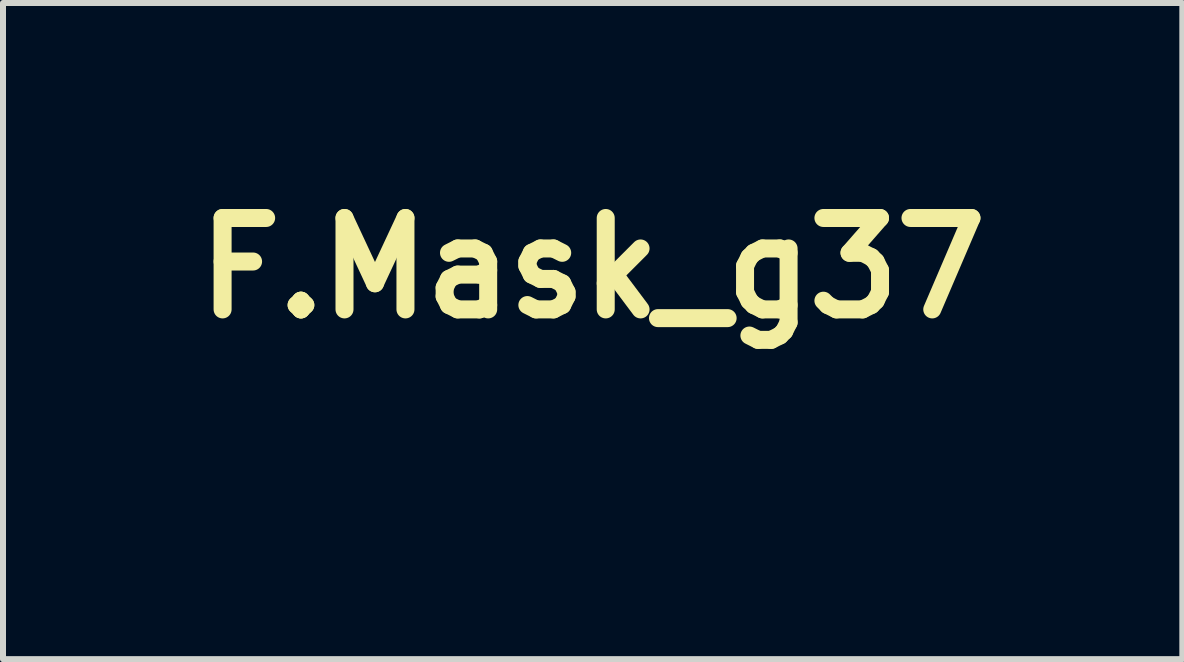
<source format=kicad_pcb>
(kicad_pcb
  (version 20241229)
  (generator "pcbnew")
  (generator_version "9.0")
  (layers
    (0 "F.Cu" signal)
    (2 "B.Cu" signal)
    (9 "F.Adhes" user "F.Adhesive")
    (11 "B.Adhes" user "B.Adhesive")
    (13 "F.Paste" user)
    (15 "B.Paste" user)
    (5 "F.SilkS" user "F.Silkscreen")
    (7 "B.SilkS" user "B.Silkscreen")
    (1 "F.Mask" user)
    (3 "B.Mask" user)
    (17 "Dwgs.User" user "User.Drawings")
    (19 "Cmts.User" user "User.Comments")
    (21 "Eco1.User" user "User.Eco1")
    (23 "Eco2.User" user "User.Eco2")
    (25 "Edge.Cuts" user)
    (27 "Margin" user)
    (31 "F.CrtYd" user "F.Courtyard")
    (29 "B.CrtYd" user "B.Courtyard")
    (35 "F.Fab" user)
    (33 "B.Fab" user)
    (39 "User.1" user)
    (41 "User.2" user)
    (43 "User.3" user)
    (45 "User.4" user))
  (footprint "F.Mask_g37"
    (layer "F.Cu")
    (at 6.829 1.418)
    (property "Reference" "F.Mask_g37" (at 0 0 0) (layer "F.SilkS") (effects (font (size 1.524 1.524) (thickness 0.3))))
    (attr through_hole)
    (fp_poly (pts (xy 0.998 2.836) (xy 0.584 2.836) (xy 0.408 2.834) (xy 0.269 2.829) (xy 0.186 2.822) (xy 0.169 2.816) (xy 0.184 2.768) (xy 0.22 2.67) (xy 0.237 2.626) (xy 0.306 2.455) (xy 1.139 2.455) (xy 0.998 2.836)) (stroke (width 0.01) (type solid)) (fill yes) (layer "F.Mask"))
    (fp_poly (pts (xy 4.412 1.708) (xy 4.477 1.766) (xy 4.495 1.799) (xy 4.513 1.929) (xy 4.462 2.058) (xy 4.357 2.171) (xy 4.214 2.252) (xy 4.046 2.286) (xy 4.033 2.286) (xy 3.896 2.286) (xy 3.982 2.068) (xy 4.053 1.894) (xy 4.107 1.784) (xy 4.156 1.724) (xy 4.215 1.699) (xy 4.294 1.693) (xy 4.299 1.693) (xy 4.412 1.708)) (stroke (width 0.01) (type solid)) (fill yes) (layer "F.Mask"))
    (fp_poly (pts (xy 0.692 0.002) (xy 0.759 0.015) (xy 0.78 0.049) (xy 0.774 0.114) (xy 0.773 0.116) (xy 0.754 0.233) (xy 0.854 0.114) (xy 0.927 0.04) (xy 1.006 0.008) (xy 1.126 0.006) (xy 1.154 0.008) (xy 1.354 0.021) (xy 1.058 0.367) (xy 0.936 0.517) (xy 0.844 0.644) (xy 0.791 0.735) (xy 0.784 0.77) (xy 0.784 0.866) (xy 0.707 0.941) (xy 0.559 0.99) (xy 0.429 1.007) (xy 0.294 1.013) (xy 0.2 1.009) (xy 0.169 0.997) (xy 0.193 0.95) (xy 0.255 0.862) (xy 0.293 0.812) (xy 0.382 0.661) (xy 0.439 0.486) (xy 0.46 0.311) (xy 0.443 0.163) (xy 0.401 0.083) (xy 0.362 0.036) (xy 0.366 0.011) (xy 0.427 0.002) (xy 0.558 0) (xy 0.559 0) (xy 0.692 0.002)) (stroke (width 0.01) (type solid)) (fill yes) (layer "F.Mask"))
    (fp_poly (pts (xy -0.093 -0.462) (xy 0.006 -0.454) (xy 0.042 -0.442) (xy 0.025 -0.392) (xy -0.016 -0.305) (xy -0.07 -0.186) (xy -0.103 -0.095) (xy -0.114 -0.034) (xy -0.083 -0.007) (xy 0.009 -0.000088) (xy 0.034 0) (xy 0.182 0.016) (xy 0.259 0.072) (xy 0.271 0.174) (xy 0.23 0.319) (xy 0.162 0.486) (xy 0.097 0.598) (xy 0.017 0.667) (xy -0.097 0.704) (xy -0.262 0.718) (xy -0.455 0.72) (xy -0.905 0.72) (xy -0.795 0.603) (xy -0.73 0.512) (xy -0.72 0.493) (xy -0.309 0.493) (xy -0.278 0.507) (xy -0.255 0.508) (xy -0.184 0.47) (xy -0.153 0.406) (xy -0.122 0.297) (xy -0.101 0.237) (xy -0.105 0.179) (xy -0.137 0.169) (xy -0.189 0.205) (xy -0.246 0.296) (xy -0.265 0.339) (xy -0.304 0.444) (xy -0.309 0.493) (xy -0.72 0.493) (xy -0.65 0.366) (xy -0.568 0.191) (xy -0.533 0.109) (xy -0.464 -0.069) (xy -0.424 -0.187) (xy -0.412 -0.261) (xy -0.423 -0.31) (xy -0.445 -0.339) (xy -0.493 -0.402) (xy -0.492 -0.44) (xy -0.43 -0.459) (xy -0.298 -0.465) (xy -0.233 -0.466) (xy -0.093 -0.462)) (stroke (width 0.01) (type solid)) (fill yes) (layer "F.Mask"))
    (fp_poly (pts (xy 5.937 2.331) (xy 6.056 2.34) (xy 6.133 2.362) (xy 6.189 2.4) (xy 6.219 2.429) (xy 6.313 2.53) (xy 6.152 2.923) (xy 6.056 3.145) (xy 5.968 3.3) (xy 5.871 3.401) (xy 5.746 3.461) (xy 5.576 3.491) (xy 5.342 3.505) (xy 5.298 3.507) (xy 5.093 3.511) (xy 4.956 3.509) (xy 4.867 3.497) (xy 4.811 3.474) (xy 4.772 3.44) (xy 4.727 3.38) (xy 4.706 3.315) (xy 4.713 3.228) (xy 4.726 3.183) (xy 5.306 3.183) (xy 5.341 3.212) (xy 5.388 3.217) (xy 5.449 3.207) (xy 5.499 3.163) (xy 5.551 3.07) (xy 5.605 2.942) (xy 5.659 2.802) (xy 5.699 2.697) (xy 5.715 2.646) (xy 5.715 2.645) (xy 5.679 2.63) (xy 5.608 2.625) (xy 5.534 2.64) (xy 5.477 2.699) (xy 5.417 2.819) (xy 5.343 2.999) (xy 5.307 3.116) (xy 5.306 3.183) (xy 4.726 3.183) (xy 4.749 3.102) (xy 4.816 2.918) (xy 4.831 2.879) (xy 4.914 2.676) (xy 4.994 2.53) (xy 5.086 2.431) (xy 5.207 2.371) (xy 5.372 2.34) (xy 5.596 2.329) (xy 5.755 2.328) (xy 5.937 2.331)) (stroke (width 0.01) (type solid)) (fill yes) (layer "F.Mask"))
    (fp_poly (pts (xy 4.259 2.33) (xy 4.386 2.338) (xy 4.468 2.356) (xy 4.524 2.388) (xy 4.565 2.426) (xy 4.626 2.5) (xy 4.65 2.567) (xy 4.636 2.653) (xy 4.585 2.784) (xy 4.574 2.812) (xy 4.49 3.006) (xy 4.115 3.006) (xy 3.935 3.007) (xy 3.821 3.014) (xy 3.754 3.032) (xy 3.716 3.064) (xy 3.691 3.111) (xy 3.664 3.187) (xy 3.692 3.214) (xy 3.764 3.217) (xy 3.863 3.197) (xy 3.91 3.154) (xy 3.952 3.115) (xy 4.05 3.095) (xy 4.19 3.09) (xy 4.324 3.094) (xy 4.417 3.103) (xy 4.445 3.114) (xy 4.427 3.163) (xy 4.384 3.254) (xy 4.379 3.265) (xy 4.298 3.372) (xy 4.176 3.446) (xy 4 3.491) (xy 3.76 3.512) (xy 3.628 3.514) (xy 3.439 3.512) (xy 3.314 3.503) (xy 3.233 3.484) (xy 3.177 3.451) (xy 3.14 3.416) (xy 3.048 3.318) (xy 3.211 2.897) (xy 3.291 2.702) (xy 3.862 2.702) (xy 3.875 2.741) (xy 3.957 2.745) (xy 3.961 2.744) (xy 4.053 2.716) (xy 4.097 2.674) (xy 4.084 2.635) (xy 4.001 2.632) (xy 3.998 2.632) (xy 3.906 2.66) (xy 3.862 2.702) (xy 3.291 2.702) (xy 3.302 2.676) (xy 3.387 2.521) (xy 3.483 2.42) (xy 3.609 2.363) (xy 3.782 2.336) (xy 4.019 2.329) (xy 4.067 2.328) (xy 4.259 2.33)) (stroke (width 0.01) (type solid)) (fill yes) (layer "F.Mask"))
    (fp_poly (pts (xy -1.06 2.332) (xy -0.93 2.34) (xy -0.856 2.353) (xy -0.847 2.36) (xy -0.861 2.411) (xy -0.9 2.522) (xy -0.957 2.673) (xy -0.995 2.77) (xy -1.059 2.936) (xy -1.109 3.073) (xy -1.138 3.161) (xy -1.143 3.182) (xy -1.107 3.21) (xy -1.048 3.217) (xy -1.001 3.207) (xy -0.957 3.167) (xy -0.909 3.084) (xy -0.848 2.945) (xy -0.786 2.79) (xy -0.713 2.614) (xy -0.647 2.469) (xy -0.595 2.373) (xy -0.569 2.343) (xy -0.502 2.334) (xy -0.381 2.333) (xy -0.287 2.337) (xy -0.054 2.349) (xy -0.193 2.709) (xy -0.258 2.879) (xy -0.293 2.986) (xy -0.302 3.045) (xy -0.286 3.072) (xy -0.251 3.083) (xy -0.191 3.097) (xy -0.175 3.129) (xy -0.203 3.2) (xy -0.236 3.265) (xy -0.305 3.363) (xy -0.406 3.433) (xy -0.551 3.479) (xy -0.752 3.505) (xy -1.022 3.514) (xy -1.071 3.514) (xy -1.281 3.512) (xy -1.424 3.507) (xy -1.518 3.494) (xy -1.579 3.471) (xy -1.626 3.434) (xy -1.644 3.416) (xy -1.697 3.355) (xy -1.724 3.301) (xy -1.723 3.233) (xy -1.693 3.133) (xy -1.633 2.979) (xy -1.608 2.92) (xy -1.545 2.762) (xy -1.514 2.66) (xy -1.509 2.593) (xy -1.53 2.538) (xy -1.545 2.514) (xy -1.592 2.431) (xy -1.598 2.378) (xy -1.551 2.347) (xy -1.442 2.332) (xy -1.261 2.328) (xy -1.228 2.328) (xy -1.06 2.332)) (stroke (width 0.01) (type solid)) (fill yes) (layer "F.Mask"))
    (fp_poly (pts (xy 3.147 1.771) (xy 3.305 1.933) (xy 3.172 2.281) (xy 3.091 2.477) (xy 3.013 2.612) (xy 2.92 2.699) (xy 2.793 2.75) (xy 2.615 2.775) (xy 2.411 2.787) (xy 2.22 2.796) (xy 2.097 2.807) (xy 2.023 2.826) (xy 1.981 2.857) (xy 1.954 2.903) (xy 1.952 2.907) (xy 1.911 3.018) (xy 1.921 3.074) (xy 1.985 3.09) (xy 1.99 3.09) (xy 2.052 3.096) (xy 2.069 3.127) (xy 2.04 3.202) (xy 2.008 3.265) (xy 1.931 3.369) (xy 1.818 3.441) (xy 1.654 3.487) (xy 1.429 3.509) (xy 1.229 3.514) (xy 1.051 3.511) (xy 0.91 3.503) (xy 0.823 3.492) (xy 0.804 3.483) (xy 0.832 3.44) (xy 0.904 3.356) (xy 0.995 3.26) (xy 1.082 3.162) (xy 1.159 3.051) (xy 1.236 2.91) (xy 1.322 2.721) (xy 1.415 2.496) (xy 1.462 2.38) (xy 2.169 2.38) (xy 2.211 2.408) (xy 2.298 2.413) (xy 2.386 2.405) (xy 2.441 2.366) (xy 2.487 2.275) (xy 2.508 2.223) (xy 2.578 2.032) (xy 2.433 2.032) (xy 2.332 2.043) (xy 2.271 2.091) (xy 2.223 2.185) (xy 2.175 2.312) (xy 2.169 2.38) (xy 1.462 2.38) (xy 1.644 1.926) (xy 1.521 1.797) (xy 1.444 1.711) (xy 1.401 1.649) (xy 1.397 1.638) (xy 1.437 1.629) (xy 1.549 1.621) (xy 1.719 1.615) (xy 1.935 1.61) (xy 2.183 1.609) (xy 2.193 1.609) (xy 2.988 1.609) (xy 3.147 1.771)) (stroke (width 0.01) (type solid)) (fill yes) (layer "F.Mask"))
    (fp_poly (pts (xy -3.586 1.901) (xy -3.702 2.22) (xy -3.79 2.433) (xy -3.885 2.586) (xy -4.003 2.69) (xy -4.16 2.754) (xy -4.372 2.79) (xy -4.608 2.805) (xy -4.755 2.813) (xy -4.841 2.83) (xy -4.89 2.868) (xy -4.926 2.936) (xy -4.934 2.953) (xy -4.991 3.09) (xy -4.85 3.09) (xy -4.742 3.075) (xy -4.692 3.021) (xy -4.687 3.006) (xy -4.667 2.963) (xy -4.624 2.938) (xy -4.539 2.925) (xy -4.394 2.921) (xy -4.322 2.921) (xy -4.164 2.923) (xy -4.044 2.93) (xy -3.983 2.939) (xy -3.979 2.943) (xy -3.996 2.99) (xy -4.038 3.088) (xy -4.067 3.151) (xy -4.129 3.263) (xy -4.202 3.348) (xy -4.299 3.41) (xy -4.432 3.453) (xy -4.615 3.48) (xy -4.859 3.497) (xy -5.133 3.506) (xy -5.366 3.51) (xy -5.562 3.508) (xy -5.707 3.502) (xy -5.787 3.492) (xy -5.8 3.485) (xy -5.783 3.41) (xy -5.74 3.282) (xy -5.678 3.12) (xy -5.606 2.944) (xy -5.532 2.775) (xy -5.465 2.633) (xy -5.413 2.537) (xy -5.391 2.508) (xy -5.227 2.432) (xy -4.991 2.385) (xy -4.718 2.371) (xy -4.42 2.371) (xy -4.369 2.23) (xy -4.33 2.113) (xy -4.329 2.054) (xy -4.374 2.034) (xy -4.446 2.032) (xy -4.556 2.055) (xy -4.621 2.136) (xy -4.622 2.138) (xy -4.653 2.193) (xy -4.699 2.224) (xy -4.779 2.239) (xy -4.916 2.243) (xy -4.981 2.244) (xy -5.131 2.241) (xy -5.241 2.235) (xy -5.291 2.226) (xy -5.292 2.225) (xy -5.278 2.179) (xy -5.242 2.075) (xy -5.191 1.933) (xy -5.181 1.907) (xy -5.07 1.609) (xy -3.869 1.609) (xy -3.586 1.901)) (stroke (width 0.01) (type solid)) (fill yes) (layer "F.Mask"))
    (fp_poly (pts (xy -1.754 1.61) (xy -1.592 1.613) (xy -1.482 1.617) (xy -1.439 1.622) (xy -1.439 1.622) (xy -1.452 1.667) (xy -1.484 1.765) (xy -1.507 1.834) (xy -1.567 1.97) (xy -1.629 2.029) (xy -1.65 2.032) (xy -1.72 2.069) (xy -1.776 2.154) (xy -1.829 2.243) (xy -1.915 2.311) (xy -2.053 2.369) (xy -2.203 2.414) (xy -2.382 2.462) (xy -2.26 2.536) (xy -2.117 2.643) (xy -2.049 2.752) (xy -2.05 2.883) (xy -2.095 3.016) (xy -2.101 3.074) (xy -2.039 3.09) (xy -2.037 3.09) (xy -1.971 3.097) (xy -1.954 3.129) (xy -1.985 3.202) (xy -2.035 3.286) (xy -2.145 3.405) (xy -2.303 3.478) (xy -2.521 3.508) (xy -2.696 3.506) (xy -2.959 3.493) (xy -2.834 3.196) (xy -2.755 3.008) (xy -2.707 2.883) (xy -2.689 2.806) (xy -2.699 2.763) (xy -2.737 2.736) (xy -2.795 2.715) (xy -2.874 2.692) (xy -2.924 2.705) (xy -2.966 2.768) (xy -3.008 2.862) (xy -3.062 2.99) (xy -3.083 3.058) (xy -3.072 3.085) (xy -3.027 3.09) (xy -3.006 3.09) (xy -2.935 3.113) (xy -2.934 3.182) (xy -3.004 3.296) (xy -3.043 3.345) (xy -3.164 3.491) (xy -3.635 3.507) (xy -3.823 3.51) (xy -3.976 3.508) (xy -4.076 3.499) (xy -4.106 3.488) (xy -4.079 3.441) (xy -4.008 3.355) (xy -3.922 3.261) (xy -3.834 3.159) (xy -3.755 3.04) (xy -3.675 2.885) (xy -3.584 2.678) (xy -3.516 2.51) (xy -3.295 1.952) (xy -3.404 1.808) (xy -3.472 1.713) (xy -3.51 1.648) (xy -3.514 1.636) (xy -3.474 1.625) (xy -3.367 1.617) (xy -3.208 1.611) (xy -3.027 1.609) (xy -2.805 1.609) (xy -2.658 1.617) (xy -2.575 1.642) (xy -2.548 1.692) (xy -2.566 1.776) (xy -2.619 1.903) (xy -2.643 1.958) (xy -2.746 2.191) (xy -2.576 2.148) (xy -2.425 2.081) (xy -2.348 1.98) (xy -2.348 1.851) (xy -2.373 1.789) (xy -2.419 1.696) (xy -2.447 1.64) (xy -2.413 1.628) (xy -2.311 1.618) (xy -2.155 1.611) (xy -1.962 1.609) (xy -1.951 1.609) (xy -1.754 1.61)) (stroke (width 0.01) (type solid)) (fill yes) (layer "F.Mask")))
  (gr_rect
    (start -3 -3)
    (end 16.658 7.937)
    (stroke (width 0.1) (type default))
    (fill no)
    (layer "Edge.Cuts")))
</source>
